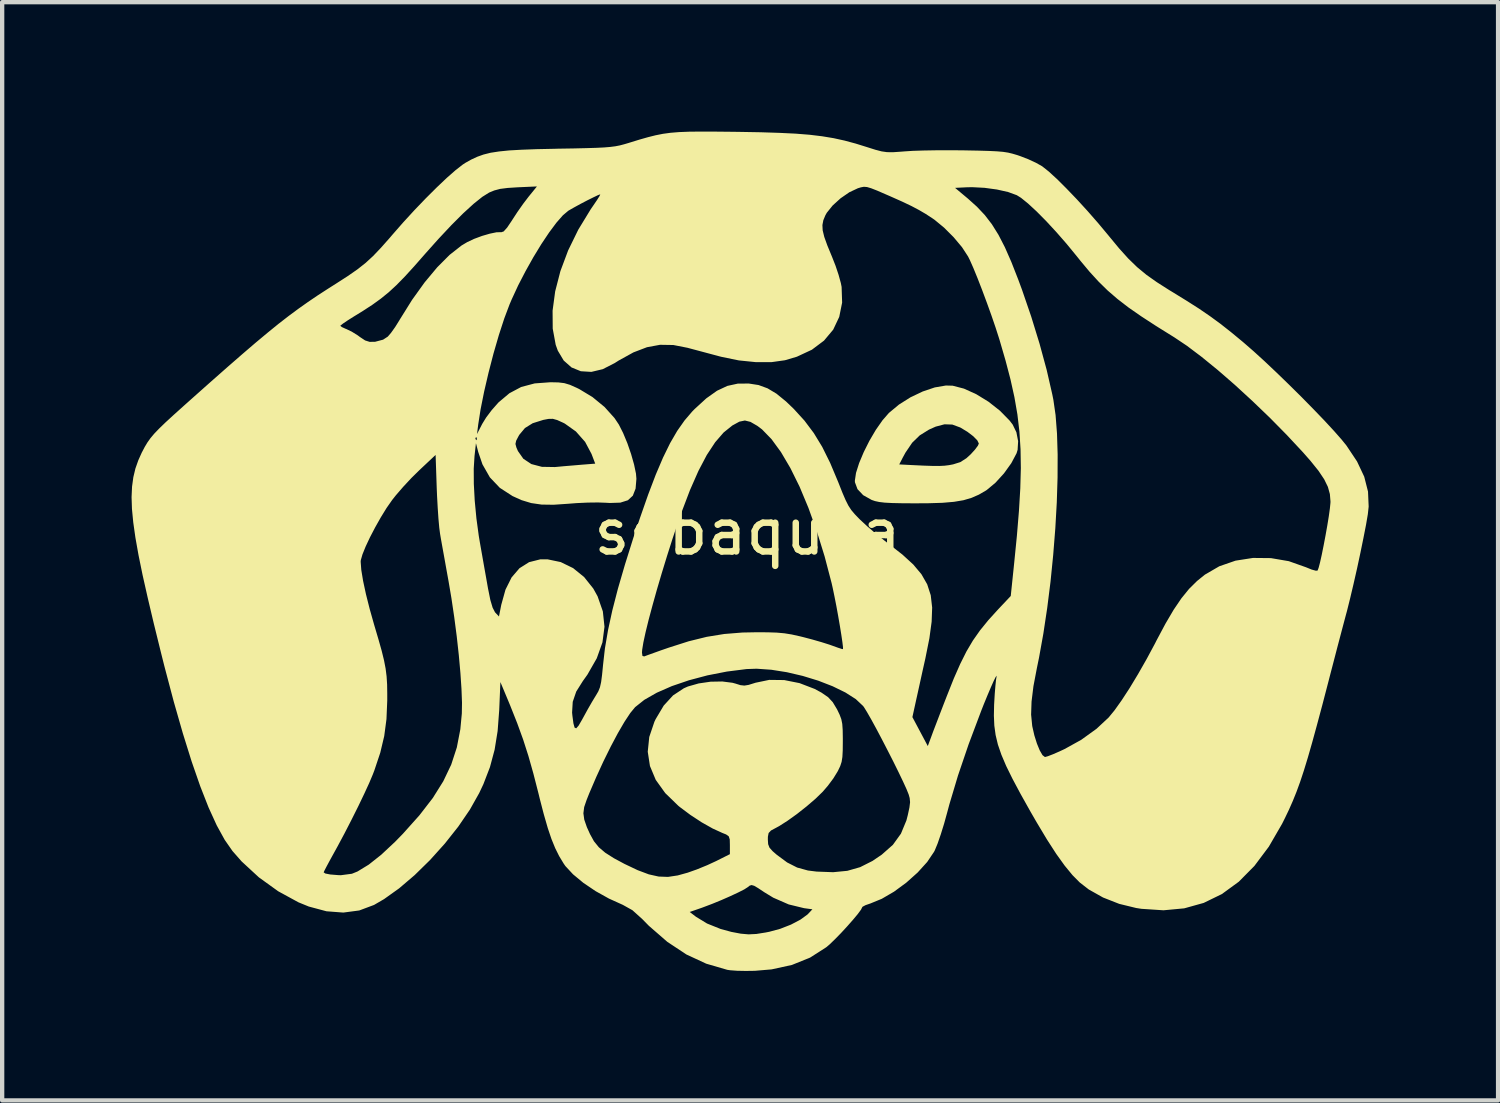
<source format=kicad_pcb>
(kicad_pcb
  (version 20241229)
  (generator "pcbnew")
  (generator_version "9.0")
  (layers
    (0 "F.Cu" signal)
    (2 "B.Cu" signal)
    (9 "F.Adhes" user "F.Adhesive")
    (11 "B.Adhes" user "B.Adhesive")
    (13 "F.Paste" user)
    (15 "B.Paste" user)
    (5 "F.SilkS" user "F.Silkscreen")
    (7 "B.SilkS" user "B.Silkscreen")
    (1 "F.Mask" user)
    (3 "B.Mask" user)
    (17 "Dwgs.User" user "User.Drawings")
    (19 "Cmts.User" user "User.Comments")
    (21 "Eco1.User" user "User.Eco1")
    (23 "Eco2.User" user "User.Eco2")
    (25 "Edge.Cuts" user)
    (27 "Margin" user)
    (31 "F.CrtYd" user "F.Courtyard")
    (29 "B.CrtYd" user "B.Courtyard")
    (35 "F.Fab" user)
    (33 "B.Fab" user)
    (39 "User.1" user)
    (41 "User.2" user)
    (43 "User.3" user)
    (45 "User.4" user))
  (footprint "sobaquea"
    (layer "F.Cu")
    (at 14.278 9.779)
    (property "Reference" "sobaquea" (at 0 -0.5 0) (unlocked yes) (layer "F.SilkS") (effects (font (size 1 1) (thickness 0.15))))
    (fp_poly (pts (xy 4.756 -3.888) (xy 5.018 -3.82) (xy 5.303 -3.691) (xy 5.588 -3.516) (xy 5.852 -3.308) (xy 6.074 -3.082) (xy 6.148 -2.986) (xy 6.234 -2.808) (xy 6.274 -2.601) (xy 6.262 -2.401) (xy 6.238 -2.322) (xy 6.116 -2.092) (xy 5.945 -1.854) (xy 5.748 -1.638) (xy 5.549 -1.472) (xy 5.527 -1.457) (xy 5.363 -1.362) (xy 5.194 -1.288) (xy 5.007 -1.233) (xy 4.787 -1.196) (xy 4.52 -1.173) (xy 4.193 -1.163) (xy 3.874 -1.161) (xy 3.576 -1.163) (xy 3.349 -1.168) (xy 3.18 -1.177) (xy 3.054 -1.192) (xy 2.957 -1.213) (xy 2.878 -1.24) (xy 2.682 -1.35) (xy 2.55 -1.49) (xy 2.491 -1.649) (xy 2.489 -1.686) (xy 2.516 -1.867) (xy 2.578 -2.063) (xy 3.518 -2.063) (xy 3.808 -2.048) (xy 4.083 -2.035) (xy 4.29 -2.028) (xy 4.445 -2.027) (xy 4.567 -2.033) (xy 4.671 -2.046) (xy 4.766 -2.064) (xy 4.933 -2.116) (xy 5.074 -2.206) (xy 5.176 -2.299) (xy 5.275 -2.408) (xy 5.343 -2.5) (xy 5.363 -2.548) (xy 5.328 -2.62) (xy 5.234 -2.716) (xy 5.1 -2.818) (xy 4.945 -2.912) (xy 4.93 -2.92) (xy 4.748 -2.987) (xy 4.567 -2.993) (xy 4.363 -2.939) (xy 4.208 -2.87) (xy 3.994 -2.737) (xy 3.818 -2.566) (xy 3.662 -2.336) (xy 3.6 -2.222) (xy 3.518 -2.063) (xy 2.578 -2.063) (xy 2.588 -2.094) (xy 2.695 -2.349) (xy 2.827 -2.612) (xy 2.975 -2.864) (xy 3.13 -3.086) (xy 3.278 -3.256) (xy 3.511 -3.45) (xy 3.779 -3.619) (xy 4.063 -3.754) (xy 4.342 -3.848) (xy 4.599 -3.892)) (stroke (width 0) (type solid)) (fill yes) (layer "F.SilkS"))
    (fp_poly (pts (xy -0.754 -9.778) (xy -0.355 -9.774) (xy -0.203 -9.772) (xy 0.306 -9.763) (xy 0.741 -9.749) (xy 1.115 -9.731) (xy 1.441 -9.705) (xy 1.73 -9.67) (xy 1.996 -9.626) (xy 2.251 -9.57) (xy 2.507 -9.501) (xy 2.767 -9.42) (xy 2.963 -9.358) (xy 3.108 -9.32) (xy 3.233 -9.302) (xy 3.368 -9.3) (xy 3.545 -9.312) (xy 3.647 -9.32) (xy 3.831 -9.332) (xy 4.078 -9.34) (xy 4.369 -9.345) (xy 4.682 -9.346) (xy 4.995 -9.344) (xy 5.041 -9.343) (xy 5.354 -9.337) (xy 5.595 -9.33) (xy 5.781 -9.321) (xy 5.924 -9.309) (xy 6.041 -9.291) (xy 6.145 -9.266) (xy 6.253 -9.234) (xy 6.323 -9.21) (xy 6.509 -9.138) (xy 6.688 -9.055) (xy 6.825 -8.978) (xy 6.838 -8.969) (xy 6.985 -8.852) (xy 7.174 -8.679) (xy 7.393 -8.461) (xy 7.633 -8.211) (xy 7.881 -7.94) (xy 8.127 -7.659) (xy 8.359 -7.381) (xy 8.376 -7.36) (xy 8.617 -7.069) (xy 8.829 -6.834) (xy 9.033 -6.636) (xy 9.246 -6.46) (xy 9.489 -6.288) (xy 9.779 -6.103) (xy 9.844 -6.064) (xy 10.185 -5.854) (xy 10.472 -5.671) (xy 10.723 -5.499) (xy 10.961 -5.325) (xy 11.205 -5.133) (xy 11.475 -4.91) (xy 11.508 -4.882) (xy 11.732 -4.687) (xy 11.989 -4.453) (xy 12.266 -4.191) (xy 12.554 -3.912) (xy 12.842 -3.627) (xy 13.118 -3.346) (xy 13.373 -3.081) (xy 13.595 -2.841) (xy 13.773 -2.639) (xy 13.886 -2.499) (xy 14.131 -2.131) (xy 14.297 -1.779) (xy 14.385 -1.433) (xy 14.4 -1.086) (xy 14.381 -0.91) (xy 14.339 -0.664) (xy 14.279 -0.358) (xy 14.208 -0.011) (xy 14.13 0.353) (xy 14.048 0.714) (xy 13.969 1.048) (xy 13.897 1.336) (xy 13.881 1.394) (xy 13.825 1.604) (xy 13.753 1.876) (xy 13.671 2.187) (xy 13.585 2.518) (xy 13.499 2.847) (xy 13.47 2.96) (xy 13.328 3.505) (xy 13.202 3.976) (xy 13.091 4.381) (xy 12.991 4.73) (xy 12.899 5.031) (xy 12.812 5.294) (xy 12.727 5.527) (xy 12.641 5.74) (xy 12.552 5.942) (xy 12.456 6.142) (xy 12.392 6.27) (xy 12.086 6.798) (xy 11.751 7.245) (xy 11.389 7.611) (xy 10.997 7.897) (xy 10.576 8.102) (xy 10.125 8.228) (xy 9.644 8.273) (xy 9.132 8.239) (xy 9.01 8.22) (xy 8.617 8.124) (xy 8.243 7.977) (xy 7.912 7.791) (xy 7.702 7.628) (xy 7.534 7.458) (xy 7.354 7.239) (xy 7.158 6.966) (xy 6.941 6.63) (xy 6.699 6.226) (xy 6.557 5.98) (xy 6.329 5.573) (xy 6.144 5.226) (xy 5.997 4.928) (xy 5.886 4.667) (xy 5.805 4.432) (xy 5.752 4.21) (xy 5.722 3.991) (xy 5.712 3.761) (xy 5.717 3.511) (xy 5.72 3.458) (xy 5.732 3.254) (xy 5.747 3.072) (xy 5.761 2.935) (xy 5.771 2.875) (xy 5.776 2.835) (xy 5.753 2.866) (xy 5.707 2.958) (xy 5.643 3.102) (xy 5.564 3.288) (xy 5.474 3.507) (xy 5.419 3.647) (xy 5.127 4.423) (xy 4.88 5.149) (xy 4.68 5.818) (xy 4.63 6.004) (xy 4.558 6.265) (xy 4.481 6.513) (xy 4.407 6.727) (xy 4.342 6.884) (xy 4.325 6.917) (xy 4.166 7.153) (xy 3.945 7.397) (xy 3.682 7.632) (xy 3.398 7.841) (xy 3.113 8.007) (xy 2.85 8.115) (xy 2.737 8.154) (xy 2.669 8.19) (xy 2.66 8.202) (xy 2.632 8.258) (xy 2.556 8.361) (xy 2.444 8.495) (xy 2.31 8.647) (xy 2.167 8.802) (xy 2.027 8.945) (xy 1.904 9.064) (xy 1.826 9.13) (xy 1.451 9.37) (xy 1.03 9.54) (xy 0.559 9.643) (xy 0.172 9.676) (xy -0.04 9.679) (xy -0.242 9.675) (xy -0.404 9.663) (xy -0.469 9.653) (xy -0.956 9.511) (xy -1.417 9.297) (xy -1.858 9.005) (xy -2.286 8.633) (xy -2.44 8.476) (xy -2.622 8.312) (xy -1.339 8.312) (xy -1.193 8.424) (xy -0.937 8.58) (xy -0.623 8.706) (xy -0.373 8.774) (xy -0.156 8.815) (xy 0.024 8.831) (xy 0.205 8.822) (xy 0.42 8.788) (xy 0.506 8.771) (xy 0.76 8.702) (xy 1.008 8.605) (xy 1.225 8.491) (xy 1.388 8.373) (xy 1.414 8.347) (xy 1.505 8.25) (xy 1.312 8.224) (xy 0.955 8.137) (xy 0.598 7.981) (xy 0.394 7.857) (xy 0.248 7.76) (xy 0.155 7.705) (xy 0.095 7.688) (xy 0.05 7.702) (xy 0.003 7.739) (xy -0.075 7.789) (xy -0.215 7.86) (xy -0.397 7.945) (xy -0.604 8.036) (xy -0.816 8.123) (xy -1.014 8.198) (xy -1.057 8.214) (xy -1.339 8.312) (xy -2.622 8.312) (xy -2.668 8.271) (xy -2.89 8.147) (xy -3.211 8.002) (xy -3.521 7.829) (xy -3.805 7.637) (xy -4.044 7.439) (xy -4.222 7.247) (xy -4.262 7.189) (xy -4.366 7.017) (xy -4.458 6.832) (xy -4.544 6.621) (xy -4.629 6.369) (xy -4.717 6.064) (xy -4.728 6.024) (xy -3.804 6.024) (xy -3.784 6.171) (xy -3.723 6.347) (xy -3.65 6.508) (xy -3.559 6.673) (xy -3.446 6.812) (xy -3.298 6.938) (xy -3.097 7.066) (xy -2.853 7.197) (xy -2.546 7.343) (xy -2.288 7.44) (xy -2.06 7.491) (xy -1.843 7.499) (xy -1.617 7.465) (xy -1.386 7.401) (xy -1.172 7.325) (xy -0.935 7.228) (xy -0.729 7.133) (xy -0.408 6.972) (xy -0.408 6.759) (xy -0.411 6.631) (xy -0.434 6.559) (xy -0.495 6.515) (xy -0.583 6.48) (xy -0.804 6.379) (xy -1.06 6.235) (xy -1.324 6.062) (xy -1.57 5.878) (xy -1.604 5.85) (xy -1.907 5.556) (xy -2.127 5.249) (xy -2.261 4.929) (xy -2.312 4.597) (xy -2.277 4.255) (xy -2.158 3.903) (xy -2.129 3.842) (xy -1.942 3.528) (xy -1.726 3.292) (xy -1.476 3.127) (xy -1.381 3.085) (xy -1.131 3.014) (xy -0.855 2.974) (xy -0.584 2.969) (xy -0.348 2.999) (xy -0.278 3.018) (xy -0.163 3.054) (xy -0.072 3.064) (xy 0.026 3.048) (xy 0.168 3.004) (xy 0.187 2.998) (xy 0.504 2.932) (xy 0.851 2.936) (xy 1.207 3.007) (xy 1.556 3.141) (xy 1.715 3.227) (xy 1.868 3.332) (xy 1.976 3.448) (xy 2.073 3.609) (xy 2.08 3.622) (xy 2.137 3.741) (xy 2.175 3.843) (xy 2.197 3.952) (xy 2.207 4.092) (xy 2.21 4.287) (xy 2.21 4.352) (xy 2.208 4.566) (xy 2.2 4.719) (xy 2.182 4.832) (xy 2.15 4.93) (xy 2.1 5.035) (xy 2.087 5.059) (xy 1.991 5.215) (xy 1.862 5.388) (xy 1.744 5.525) (xy 1.576 5.688) (xy 1.37 5.865) (xy 1.147 6.041) (xy 0.928 6.198) (xy 0.737 6.32) (xy 0.656 6.364) (xy 0.544 6.424) (xy 0.49 6.482) (xy 0.473 6.568) (xy 0.472 6.633) (xy 0.479 6.741) (xy 0.51 6.821) (xy 0.583 6.903) (xy 0.676 6.984) (xy 0.919 7.164) (xy 1.151 7.282) (xy 1.402 7.351) (xy 1.603 7.376) (xy 1.986 7.39) (xy 2.315 7.358) (xy 2.612 7.273) (xy 2.898 7.129) (xy 3.113 6.983) (xy 3.371 6.755) (xy 3.557 6.497) (xy 3.684 6.191) (xy 3.716 6.067) (xy 3.754 5.891) (xy 3.769 5.768) (xy 3.76 5.671) (xy 3.736 5.587) (xy 3.687 5.465) (xy 3.606 5.288) (xy 3.501 5.069) (xy 3.379 4.822) (xy 3.247 4.563) (xy 3.113 4.304) (xy 2.984 4.06) (xy 2.867 3.846) (xy 2.769 3.675) (xy 2.699 3.562) (xy 2.679 3.536) (xy 2.51 3.377) (xy 2.27 3.224) (xy 1.975 3.08) (xy 1.64 2.95) (xy 1.281 2.84) (xy 0.913 2.754) (xy 0.552 2.697) (xy 0.212 2.673) (xy -0.021 2.681) (xy -0.478 2.739) (xy -0.928 2.827) (xy -1.357 2.941) (xy -1.753 3.076) (xy -2.102 3.229) (xy -2.391 3.394) (xy -2.605 3.564) (xy -2.717 3.7) (xy -2.853 3.906) (xy -3.006 4.169) (xy -3.17 4.478) (xy -3.34 4.822) (xy -3.508 5.188) (xy -3.67 5.566) (xy -3.73 5.717) (xy -3.786 5.881) (xy -3.804 6.024) (xy -4.728 6.024) (xy -4.814 5.692) (xy -4.845 5.565) (xy -4.964 5.101) (xy -5.079 4.694) (xy -5.201 4.314) (xy -5.339 3.934) (xy -5.501 3.526) (xy -5.547 3.415) (xy -5.728 2.982) (xy -5.755 3.626) (xy -5.792 4.117) (xy -5.862 4.551) (xy -5.97 4.954) (xy -6.122 5.349) (xy -6.219 5.555) (xy -6.435 5.939) (xy -6.705 6.334) (xy -7.017 6.728) (xy -7.358 7.107) (xy -7.715 7.457) (xy -8.075 7.764) (xy -8.425 8.014) (xy -8.657 8.149) (xy -8.999 8.277) (xy -9.369 8.326) (xy -9.76 8.296) (xy -10.17 8.186) (xy -10.41 8.088) (xy -10.879 7.832) (xy -11.326 7.51) (xy -11.452 7.394) (xy -9.825 7.394) (xy -9.785 7.421) (xy -9.671 7.443) (xy -9.499 7.457) (xy -9.427 7.46) (xy -9.17 7.426) (xy -9.041 7.374) (xy -8.779 7.214) (xy -8.49 6.985) (xy -8.169 6.685) (xy -7.986 6.497) (xy -7.605 6.071) (xy -7.295 5.67) (xy -7.052 5.282) (xy -6.868 4.896) (xy -6.738 4.498) (xy -6.657 4.079) (xy -6.622 3.711) (xy -6.618 3.462) (xy -6.63 3.143) (xy -6.655 2.77) (xy -6.692 2.358) (xy -6.74 1.923) (xy -6.798 1.478) (xy -6.863 1.039) (xy -6.93 0.644) (xy -6.98 0.368) (xy -7.028 0.099) (xy -7.072 -0.144) (xy -7.107 -0.339) (xy -7.126 -0.451) (xy -7.145 -0.595) (xy -7.164 -0.804) (xy -7.181 -1.056) (xy -7.196 -1.328) (xy -7.204 -1.517) (xy -7.219 -1.965) (xy -6.346 -1.965) (xy -6.344 -1.613) (xy -6.323 -1.222) (xy -6.284 -0.812) (xy -6.229 -0.406) (xy -6.204 -0.257) (xy -6.156 0.015) (xy -6.105 0.305) (xy -6.056 0.58) (xy -6.016 0.807) (xy -6.013 0.822) (xy -5.961 1.08) (xy -5.908 1.258) (xy -5.854 1.362) (xy -5.847 1.371) (xy -5.761 1.462) (xy -5.708 1.192) (xy -5.61 0.84) (xy -5.468 0.556) (xy -5.285 0.343) (xy -5.063 0.203) (xy -4.805 0.138) (xy -4.635 0.137) (xy -4.329 0.201) (xy -4.042 0.341) (xy -3.787 0.548) (xy -3.575 0.814) (xy -3.475 0.994) (xy -3.353 1.344) (xy -3.315 1.7) (xy -3.362 2.062) (xy -3.494 2.432) (xy -3.711 2.811) (xy -3.816 2.958) (xy -3.97 3.203) (xy -4.051 3.44) (xy -4.066 3.689) (xy -4.059 3.761) (xy -4.035 3.94) (xy -4.008 4.038) (xy -3.971 4.055) (xy -3.916 3.994) (xy -3.834 3.853) (xy -3.799 3.789) (xy -3.702 3.612) (xy -3.603 3.44) (xy -3.522 3.306) (xy -3.507 3.282) (xy -3.457 3.196) (xy -3.42 3.103) (xy -3.393 2.983) (xy -3.371 2.815) (xy -3.348 2.582) (xy -3.348 2.582) (xy -3.316 2.298) (xy -2.446 2.298) (xy -2.435 2.377) (xy -2.394 2.388) (xy -2.371 2.379) (xy -2.301 2.353) (xy -2.17 2.306) (xy -1.997 2.244) (xy -1.823 2.184) (xy -1.363 2.037) (xy -0.945 1.934) (xy -0.539 1.868) (xy -0.117 1.834) (xy 0.193 1.828) (xy 0.466 1.829) (xy 0.678 1.836) (xy 0.856 1.852) (xy 1.024 1.879) (xy 1.209 1.92) (xy 1.291 1.94) (xy 1.507 1.997) (xy 1.719 2.058) (xy 1.896 2.114) (xy 1.975 2.142) (xy 2.1 2.187) (xy 2.187 2.215) (xy 2.214 2.219) (xy 2.214 2.171) (xy 2.2 2.055) (xy 2.175 1.886) (xy 2.142 1.681) (xy 2.103 1.455) (xy 2.061 1.224) (xy 2.018 1.005) (xy 1.978 0.812) (xy 1.951 0.691) (xy 1.788 0.069) (xy 1.607 -0.515) (xy 1.413 -1.055) (xy 1.208 -1.546) (xy 0.994 -1.979) (xy 0.776 -2.349) (xy 0.556 -2.65) (xy 0.337 -2.875) (xy 0.228 -2.957) (xy 0.069 -3.049) (xy -0.06 -3.081) (xy -0.189 -3.054) (xy -0.348 -2.967) (xy -0.353 -2.964) (xy -0.553 -2.803) (xy -0.749 -2.577) (xy -0.943 -2.282) (xy -1.137 -1.913) (xy -1.333 -1.468) (xy -1.533 -0.942) (xy -1.607 -0.729) (xy -1.737 -0.342) (xy -1.864 0.056) (xy -1.986 0.454) (xy -2.1 0.84) (xy -2.202 1.205) (xy -2.291 1.537) (xy -2.362 1.826) (xy -2.413 2.061) (xy -2.441 2.232) (xy -2.446 2.298) (xy -3.316 2.298) (xy -3.304 2.197) (xy -3.233 1.78) (xy -3.134 1.324) (xy -3.004 0.82) (xy -2.841 0.26) (xy -2.645 -0.364) (xy -2.49 -0.828) (xy -2.302 -1.365) (xy -2.126 -1.827) (xy -1.958 -2.221) (xy -1.794 -2.556) (xy -1.629 -2.84) (xy -1.459 -3.082) (xy -1.281 -3.29) (xy -1.225 -3.347) (xy -0.954 -3.595) (xy -0.706 -3.771) (xy -0.467 -3.883) (xy -0.225 -3.936) (xy 0.031 -3.938) (xy 0.257 -3.903) (xy 0.465 -3.827) (xy 0.672 -3.703) (xy 0.895 -3.521) (xy 1.073 -3.35) (xy 1.321 -3.078) (xy 1.537 -2.79) (xy 1.732 -2.47) (xy 1.916 -2.099) (xy 2.1 -1.661) (xy 2.107 -1.644) (xy 2.2 -1.409) (xy 2.274 -1.237) (xy 2.339 -1.108) (xy 2.407 -1.004) (xy 2.489 -0.907) (xy 2.594 -0.798) (xy 2.617 -0.776) (xy 2.778 -0.627) (xy 2.977 -0.456) (xy 3.183 -0.291) (xy 3.282 -0.215) (xy 3.594 0.029) (xy 3.843 0.257) (xy 4.032 0.482) (xy 4.166 0.716) (xy 4.248 0.969) (xy 4.281 1.255) (xy 4.269 1.583) (xy 4.217 1.967) (xy 4.127 2.417) (xy 4.121 2.446) (xy 4.06 2.718) (xy 4.002 2.982) (xy 3.95 3.218) (xy 3.908 3.407) (xy 3.884 3.517) (xy 3.823 3.795) (xy 4.18 4.466) (xy 4.264 4.239) (xy 4.307 4.122) (xy 4.375 3.945) (xy 4.459 3.725) (xy 4.553 3.481) (xy 4.622 3.304) (xy 4.783 2.899) (xy 4.932 2.561) (xy 5.076 2.273) (xy 5.226 2.019) (xy 5.391 1.784) (xy 5.582 1.549) (xy 5.807 1.301) (xy 5.823 1.284) (xy 6.103 0.987) (xy 6.18 0.247) (xy 6.245 -0.405) (xy 6.293 -0.986) (xy 6.324 -1.505) (xy 6.337 -1.977) (xy 6.33 -2.412) (xy 6.304 -2.824) (xy 6.257 -3.223) (xy 6.188 -3.622) (xy 6.097 -4.033) (xy 5.983 -4.468) (xy 5.846 -4.939) (xy 5.83 -4.991) (xy 5.75 -5.24) (xy 5.654 -5.52) (xy 5.548 -5.814) (xy 5.439 -6.107) (xy 5.333 -6.38) (xy 5.236 -6.617) (xy 5.155 -6.8) (xy 5.113 -6.884) (xy 4.972 -7.1) (xy 4.778 -7.331) (xy 4.558 -7.551) (xy 4.335 -7.735) (xy 4.293 -7.764) (xy 4.134 -7.868) (xy 3.975 -7.961) (xy 3.799 -8.054) (xy 3.587 -8.155) (xy 3.32 -8.274) (xy 3.205 -8.324) (xy 3.007 -8.41) (xy 2.869 -8.464) (xy 2.836 -8.474) (xy 4.812 -8.474) (xy 5.112 -8.223) (xy 5.319 -8.037) (xy 5.501 -7.844) (xy 5.665 -7.631) (xy 5.818 -7.386) (xy 5.966 -7.099) (xy 6.116 -6.758) (xy 6.276 -6.35) (xy 6.364 -6.112) (xy 6.578 -5.488) (xy 6.771 -4.86) (xy 6.936 -4.253) (xy 7.065 -3.69) (xy 7.091 -3.561) (xy 7.142 -3.207) (xy 7.175 -2.78) (xy 7.19 -2.293) (xy 7.188 -1.756) (xy 7.17 -1.182) (xy 7.136 -0.581) (xy 7.087 0.035) (xy 7.025 0.654) (xy 6.948 1.266) (xy 6.859 1.858) (xy 6.758 2.419) (xy 6.71 2.652) (xy 6.629 3.077) (xy 6.585 3.435) (xy 6.575 3.737) (xy 6.6 3.994) (xy 6.603 4.012) (xy 6.65 4.218) (xy 6.71 4.409) (xy 6.775 4.567) (xy 6.839 4.677) (xy 6.895 4.72) (xy 6.897 4.72) (xy 6.962 4.702) (xy 7.084 4.655) (xy 7.242 4.586) (xy 7.353 4.534) (xy 7.737 4.321) (xy 8.092 4.065) (xy 8.372 3.804) (xy 8.509 3.637) (xy 8.674 3.405) (xy 8.859 3.121) (xy 9.054 2.798) (xy 9.254 2.447) (xy 9.449 2.084) (xy 9.481 2.02) (xy 9.69 1.628) (xy 9.88 1.305) (xy 10.059 1.041) (xy 10.237 0.822) (xy 10.422 0.639) (xy 10.604 0.492) (xy 10.938 0.298) (xy 11.314 0.168) (xy 11.718 0.105) (xy 12.134 0.109) (xy 12.549 0.18) (xy 12.947 0.321) (xy 12.947 0.321) (xy 13.077 0.374) (xy 13.175 0.401) (xy 13.215 0.398) (xy 13.239 0.337) (xy 13.273 0.209) (xy 13.313 0.029) (xy 13.356 -0.185) (xy 13.4 -0.416) (xy 13.441 -0.647) (xy 13.476 -0.861) (xy 13.501 -1.042) (xy 13.514 -1.173) (xy 13.515 -1.204) (xy 13.501 -1.375) (xy 13.455 -1.542) (xy 13.369 -1.718) (xy 13.237 -1.915) (xy 13.051 -2.146) (xy 12.877 -2.344) (xy 12.504 -2.744) (xy 12.11 -3.144) (xy 11.704 -3.534) (xy 11.299 -3.906) (xy 10.903 -4.25) (xy 10.529 -4.555) (xy 10.187 -4.813) (xy 9.887 -5.014) (xy 9.883 -5.016) (xy 9.472 -5.272) (xy 9.125 -5.498) (xy 8.83 -5.703) (xy 8.576 -5.899) (xy 8.349 -6.095) (xy 8.139 -6.301) (xy 7.933 -6.526) (xy 7.72 -6.781) (xy 7.636 -6.886) (xy 7.4 -7.174) (xy 7.159 -7.45) (xy 6.923 -7.705) (xy 6.701 -7.929) (xy 6.504 -8.111) (xy 6.341 -8.243) (xy 6.243 -8.304) (xy 6.041 -8.378) (xy 5.782 -8.436) (xy 5.495 -8.475) (xy 5.207 -8.49) (xy 5.077 -8.487) (xy 4.812 -8.474) (xy 2.836 -8.474) (xy 2.772 -8.493) (xy 2.698 -8.499) (xy 2.628 -8.486) (xy 2.559 -8.465) (xy 2.361 -8.372) (xy 2.158 -8.232) (xy 1.975 -8.066) (xy 1.838 -7.896) (xy 1.805 -7.837) (xy 1.758 -7.723) (xy 1.737 -7.612) (xy 1.743 -7.489) (xy 1.78 -7.337) (xy 1.85 -7.142) (xy 1.956 -6.885) (xy 1.959 -6.878) (xy 2.042 -6.667) (xy 2.113 -6.454) (xy 2.164 -6.268) (xy 2.182 -6.178) (xy 2.194 -5.814) (xy 2.127 -5.483) (xy 1.987 -5.187) (xy 1.774 -4.933) (xy 1.493 -4.722) (xy 1.146 -4.56) (xy 0.869 -4.478) (xy 0.557 -4.434) (xy 0.193 -4.434) (xy -0.2 -4.474) (xy -0.6 -4.556) (xy -0.644 -4.567) (xy -0.872 -4.628) (xy -1.119 -4.694) (xy -1.34 -4.753) (xy -1.392 -4.767) (xy -1.719 -4.831) (xy -2.027 -4.836) (xy -2.33 -4.78) (xy -2.644 -4.66) (xy -2.986 -4.471) (xy -3.079 -4.412) (xy -3.355 -4.271) (xy -3.619 -4.208) (xy -3.863 -4.223) (xy -4.079 -4.311) (xy -4.26 -4.471) (xy -4.397 -4.7) (xy -4.446 -4.836) (xy -4.515 -5.211) (xy -4.518 -5.628) (xy -4.458 -6.075) (xy -4.337 -6.544) (xy -4.158 -7.023) (xy -3.923 -7.504) (xy -3.636 -7.975) (xy -3.566 -8.077) (xy -3.484 -8.198) (xy -3.429 -8.286) (xy -3.413 -8.323) (xy -3.414 -8.324) (xy -3.466 -8.305) (xy -3.573 -8.254) (xy -3.714 -8.184) (xy -3.869 -8.103) (xy -4.017 -8.022) (xy -4.138 -7.953) (xy -4.153 -7.944) (xy -4.278 -7.839) (xy -4.429 -7.667) (xy -4.599 -7.439) (xy -4.78 -7.168) (xy -4.964 -6.866) (xy -5.145 -6.543) (xy -5.316 -6.213) (xy -5.467 -5.886) (xy -5.516 -5.771) (xy -5.638 -5.447) (xy -5.764 -5.06) (xy -5.888 -4.633) (xy -6.003 -4.189) (xy -6.105 -3.751) (xy -6.187 -3.341) (xy -6.243 -2.982) (xy -6.243 -2.982) (xy -6.27 -2.767) (xy -6.149 -3.003) (xy -6.058 -3.151) (xy -5.929 -3.322) (xy -5.788 -3.482) (xy -5.771 -3.501) (xy -5.519 -3.713) (xy -5.246 -3.858) (xy -4.933 -3.941) (xy -4.567 -3.968) (xy -4.384 -3.964) (xy -4.245 -3.947) (xy -4.115 -3.908) (xy -3.958 -3.838) (xy -3.899 -3.809) (xy -3.594 -3.625) (xy -3.314 -3.395) (xy -3.083 -3.138) (xy -2.982 -2.987) (xy -2.883 -2.791) (xy -2.785 -2.555) (xy -2.698 -2.303) (xy -2.629 -2.06) (xy -2.585 -1.85) (xy -2.575 -1.729) (xy -2.594 -1.502) (xy -2.658 -1.338) (xy -2.773 -1.232) (xy -2.948 -1.177) (xy -3.191 -1.169) (xy -3.277 -1.174) (xy -3.466 -1.181) (xy -3.706 -1.178) (xy -3.963 -1.166) (xy -4.156 -1.151) (xy -4.495 -1.128) (xy -4.773 -1.132) (xy -5.014 -1.167) (xy -5.238 -1.235) (xy -5.446 -1.329) (xy -5.741 -1.52) (xy -5.972 -1.763) (xy -6.144 -2.065) (xy -6.242 -2.352) (xy -6.29 -2.537) (xy -5.379 -2.537) (xy -5.356 -2.452) (xy -5.321 -2.372) (xy -5.196 -2.194) (xy -5.01 -2.071) (xy -4.766 -2.007) (xy -4.469 -2.002) (xy -4.441 -2.004) (xy -4.261 -2.021) (xy -4.044 -2.039) (xy -3.857 -2.055) (xy -3.53 -2.081) (xy -3.616 -2.307) (xy -3.764 -2.585) (xy -3.977 -2.826) (xy -4.234 -3.009) (xy -4.273 -3.029) (xy -4.412 -3.092) (xy -4.513 -3.12) (xy -4.613 -3.118) (xy -4.734 -3.095) (xy -4.979 -3.018) (xy -5.158 -2.907) (xy -5.289 -2.75) (xy -5.307 -2.719) (xy -5.363 -2.612) (xy -5.379 -2.537) (xy -6.29 -2.537) (xy -6.295 -2.553) (xy -6.328 -2.255) (xy -6.346 -1.965) (xy -7.219 -1.965) (xy -7.23 -2.283) (xy -7.604 -1.932) (xy -7.788 -1.751) (xy -7.98 -1.545) (xy -8.152 -1.346) (xy -8.238 -1.237) (xy -8.366 -1.054) (xy -8.499 -0.838) (xy -8.63 -0.606) (xy -8.751 -0.374) (xy -8.852 -0.159) (xy -8.926 0.024) (xy -8.964 0.157) (xy -8.967 0.192) (xy -8.953 0.381) (xy -8.911 0.636) (xy -8.845 0.943) (xy -8.758 1.288) (xy -8.654 1.657) (xy -8.653 1.66) (xy -8.555 1.991) (xy -8.48 2.257) (xy -8.426 2.477) (xy -8.389 2.669) (xy -8.366 2.85) (xy -8.354 3.038) (xy -8.351 3.251) (xy -8.351 3.411) (xy -8.369 3.842) (xy -8.421 4.234) (xy -8.513 4.621) (xy -8.651 5.034) (xy -8.688 5.13) (xy -8.77 5.324) (xy -8.885 5.574) (xy -9.024 5.864) (xy -9.18 6.176) (xy -9.342 6.491) (xy -9.503 6.792) (xy -9.594 6.957) (xy -9.687 7.126) (xy -9.762 7.266) (xy -9.811 7.361) (xy -9.825 7.394) (xy -11.452 7.394) (xy -11.727 7.14) (xy -11.938 6.9) (xy -12.119 6.64) (xy -12.304 6.304) (xy -12.493 5.89) (xy -12.686 5.398) (xy -12.885 4.825) (xy -13.089 4.172) (xy -13.3 3.436) (xy -13.517 2.616) (xy -13.6 2.285) (xy -13.765 1.616) (xy -13.905 1.023) (xy -14.023 0.499) (xy -14.117 0.039) (xy -14.189 -0.366) (xy -14.239 -0.72) (xy -14.269 -1.031) (xy -14.278 -1.305) (xy -14.267 -1.548) (xy -14.237 -1.767) (xy -14.189 -1.968) (xy -14.122 -2.158) (xy -14.039 -2.343) (xy -14.033 -2.353) (xy -13.973 -2.468) (xy -13.912 -2.57) (xy -13.848 -2.66) (xy -6.307 -2.66) (xy -6.291 -2.625) (xy -6.278 -2.632) (xy -6.273 -2.682) (xy -6.278 -2.689) (xy -6.304 -2.683) (xy -6.307 -2.66) (xy -13.848 -2.66) (xy -13.842 -2.669) (xy -13.754 -2.774) (xy -13.639 -2.894) (xy -13.489 -3.039) (xy -13.295 -3.217) (xy -13.049 -3.438) (xy -12.918 -3.555) (xy -12.464 -3.959) (xy -12.065 -4.311) (xy -11.714 -4.617) (xy -11.404 -4.883) (xy -11.126 -5.115) (xy -10.928 -5.276) (xy -9.439 -5.276) (xy -9.403 -5.247) (xy -9.315 -5.207) (xy -9.297 -5.2) (xy -9.174 -5.141) (xy -9.034 -5.054) (xy -8.986 -5.018) (xy -8.864 -4.937) (xy -8.759 -4.904) (xy -8.632 -4.906) (xy -8.447 -4.955) (xy -8.338 -5.026) (xy -8.264 -5.112) (xy -8.168 -5.247) (xy -8.07 -5.404) (xy -8.056 -5.428) (xy -7.775 -5.878) (xy -7.485 -6.282) (xy -7.193 -6.632) (xy -6.906 -6.92) (xy -6.63 -7.137) (xy -6.496 -7.217) (xy -6.336 -7.292) (xy -6.153 -7.36) (xy -5.974 -7.412) (xy -5.82 -7.444) (xy -5.717 -7.447) (xy -5.708 -7.445) (xy -5.652 -7.464) (xy -5.572 -7.553) (xy -5.462 -7.716) (xy -5.453 -7.731) (xy -5.333 -7.915) (xy -5.198 -8.107) (xy -5.076 -8.267) (xy -5.072 -8.272) (xy -4.881 -8.507) (xy -5.329 -8.487) (xy -5.562 -8.472) (xy -5.734 -8.45) (xy -5.87 -8.414) (xy -5.989 -8.365) (xy -6.147 -8.266) (xy -6.349 -8.104) (xy -6.591 -7.883) (xy -6.865 -7.609) (xy -7.166 -7.288) (xy -7.467 -6.951) (xy -7.726 -6.656) (xy -7.945 -6.416) (xy -8.138 -6.219) (xy -8.318 -6.053) (xy -8.499 -5.906) (xy -8.694 -5.765) (xy -8.918 -5.619) (xy -9.128 -5.49) (xy -9.269 -5.401) (xy -9.377 -5.328) (xy -9.434 -5.283) (xy -9.439 -5.276) (xy -10.928 -5.276) (xy -10.874 -5.32) (xy -10.639 -5.502) (xy -10.414 -5.669) (xy -10.192 -5.826) (xy -9.965 -5.98) (xy -9.724 -6.136) (xy -9.538 -6.254) (xy -9.263 -6.431) (xy -9.042 -6.585) (xy -8.854 -6.733) (xy -8.679 -6.894) (xy -8.498 -7.084) (xy -8.288 -7.321) (xy -8.238 -7.38) (xy -7.985 -7.669) (xy -7.721 -7.957) (xy -7.457 -8.232) (xy -7.203 -8.485) (xy -6.97 -8.706) (xy -6.766 -8.885) (xy -6.602 -9.013) (xy -6.543 -9.052) (xy -6.402 -9.131) (xy -6.264 -9.195) (xy -6.118 -9.247) (xy -5.954 -9.288) (xy -5.759 -9.318) (xy -5.524 -9.342) (xy -5.237 -9.358) (xy -4.888 -9.371) (xy -4.465 -9.38) (xy -4.398 -9.382) (xy -4.03 -9.388) (xy -3.736 -9.395) (xy -3.505 -9.402) (xy -3.323 -9.411) (xy -3.18 -9.423) (xy -3.063 -9.438) (xy -2.96 -9.458) (xy -2.861 -9.484) (xy -2.752 -9.516) (xy -2.724 -9.525) (xy -2.5 -9.594) (xy -2.306 -9.649) (xy -2.13 -9.693) (xy -1.959 -9.727) (xy -1.782 -9.751) (xy -1.585 -9.767) (xy -1.356 -9.776) (xy -1.084 -9.779)) (stroke (width 0) (type solid)) (fill yes) (layer "F.SilkS")))
  (gr_rect
    (start -3 -3)
    (end 31.678 22.459)
    (stroke (width 0.1) (type default))
    (fill no)
    (layer "Edge.Cuts")))
</source>
